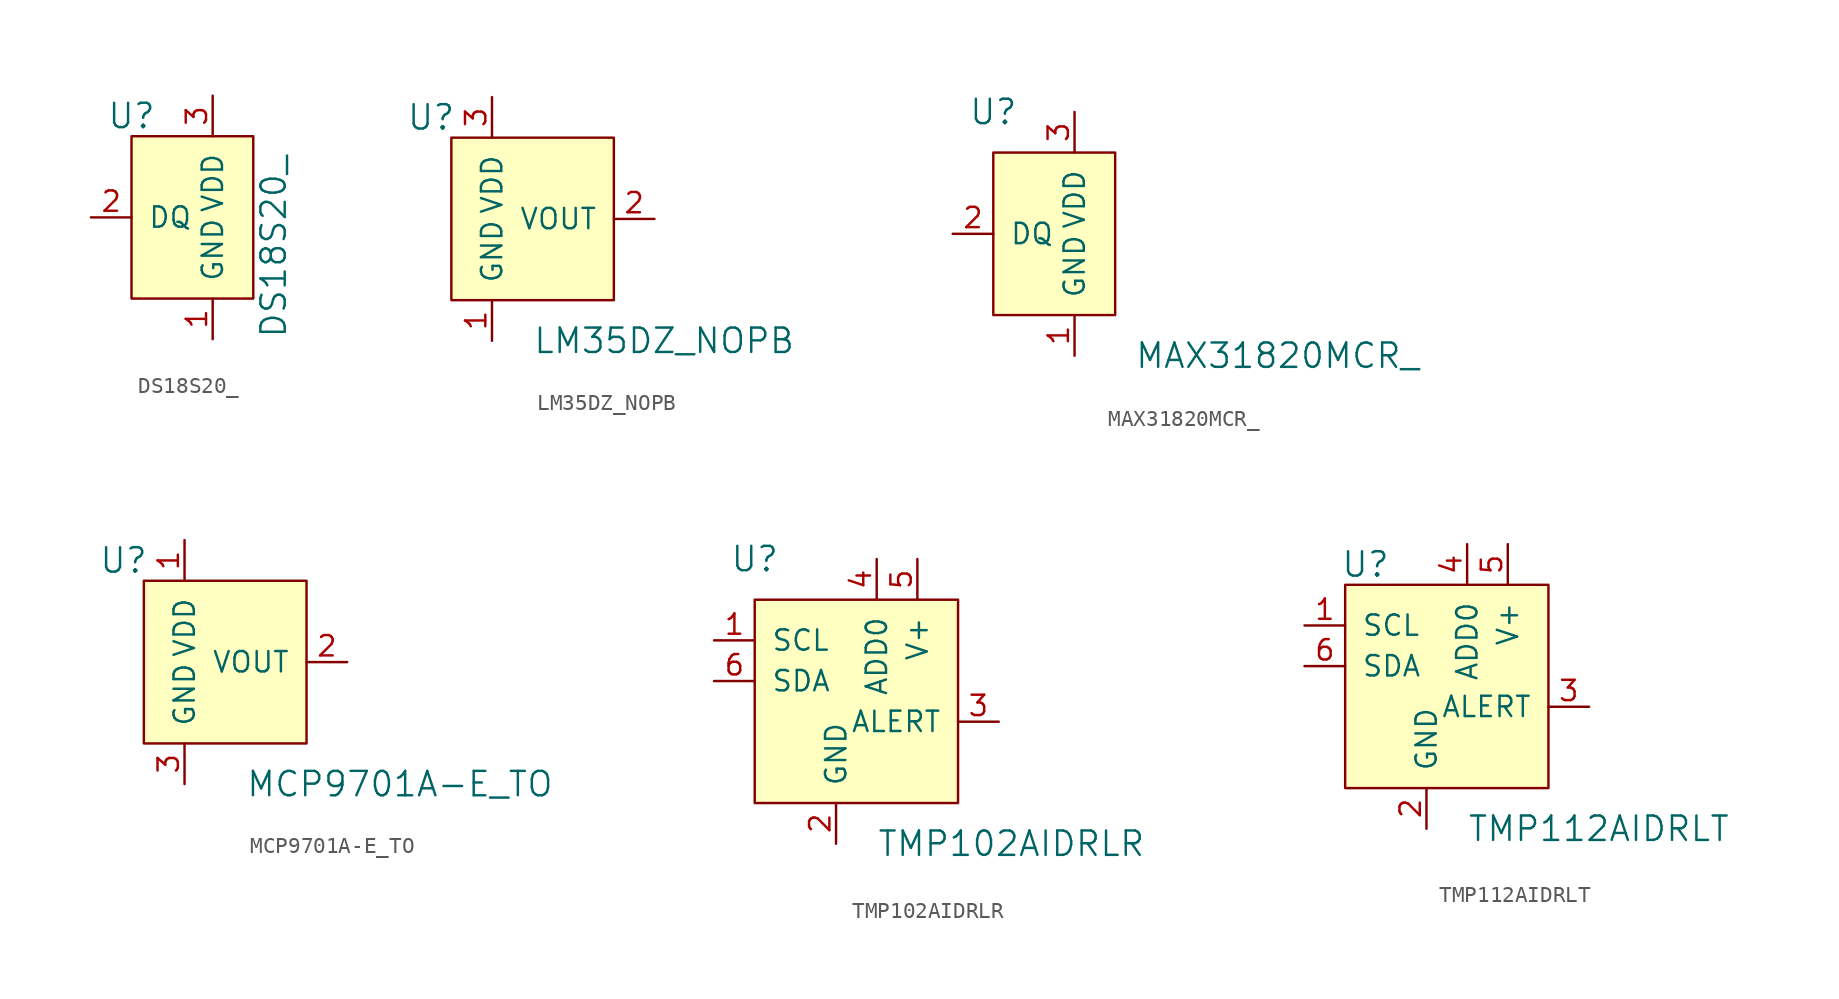
<source format=kicad_sym>
(kicad_symbol_lib
  (version 20220914)
  (generator kicad_symbol_editor)
  (symbol "DS18S20_"
    (pin_names
      (offset 1.016))
    (property "Reference" "U"
      (at -5.08 6.35 0)
      (effects (font (size 1.524 1.524))))
    (property "Value" "DS18S20_"
      (at 3.81 -7.62 90)
      (effects (font (size 1.524 1.524)) (justify left)))
    (symbol "DS18S20__0_1"
      (rectangle (start -5.08 5.08) (end 2.54 -5.08) (stroke (width 0) (type solid)) (fill (type background))))
    (symbol "DS18S20__1_1"
      (pin power_in line (at 0 -7.62 90) (length 2.54) (name "GND" (effects (font (size 1.27 1.27)))) (number "1" (effects (font (size 1.27 1.27)))))
      (pin bidirectional line (at -7.62 0 0) (length 2.54) (name "DQ" (effects (font (size 1.27 1.27)))) (number "2" (effects (font (size 1.27 1.27)))))
      (pin power_in line (at 0 7.62 270) (length 2.54) (name "VDD" (effects (font (size 1.27 1.27)))) (number "3" (effects (font (size 1.27 1.27)))))))
  (symbol "LM35DZ_NOPB"
    (pin_names
      (offset 1.016))
    (property "Reference" "U"
      (at -3.81 6.35 0)
      (effects (font (size 1.524 1.524))))
    (property "Value" "LM35DZ_NOPB"
      (at 2.54 -7.62 0)
      (effects (font (size 1.524 1.524)) (justify left)))
    (symbol "LM35DZ_NOPB_0_1"
      (rectangle (start 7.62 5.08) (end -2.54 -5.08) (stroke (width 0) (type solid)) (fill (type background))))
    (symbol "LM35DZ_NOPB_1_1"
      (pin power_in line (at 0 -7.62 90) (length 2.54) (name "GND" (effects (font (size 1.27 1.27)))) (number "1" (effects (font (size 1.27 1.27)))))
      (pin output line (at 10.16 0 180) (length 2.54) (name "VOUT" (effects (font (size 1.27 1.27)))) (number "2" (effects (font (size 1.27 1.27)))))
      (pin power_in line (at 0 7.62 270) (length 2.54) (name "VDD" (effects (font (size 1.27 1.27)))) (number "3" (effects (font (size 1.27 1.27)))))))
  (symbol "MAX31820MCR_"
    (pin_names
      (offset 1.016))
    (property "Reference" "U"
      (at -5.08 7.62 0)
      (effects (font (size 1.524 1.524))))
    (property "Value" "MAX31820MCR_"
      (at 12.7 -7.62 0)
      (effects (font (size 1.524 1.524))))
    (symbol "MAX31820MCR__0_1"
      (rectangle (start 2.54 5.08) (end -5.08 -5.08) (stroke (width 0) (type solid)) (fill (type background))))
    (symbol "MAX31820MCR__1_1"
      (pin power_in line (at 0 -7.62 90) (length 2.54) (name "GND" (effects (font (size 1.27 1.27)))) (number "1" (effects (font (size 1.27 1.27)))))
      (pin bidirectional line (at -7.62 0 0) (length 2.54) (name "DQ" (effects (font (size 1.27 1.27)))) (number "2" (effects (font (size 1.27 1.27)))))
      (pin power_in line (at 0 7.62 270) (length 2.54) (name "VDD" (effects (font (size 1.27 1.27)))) (number "3" (effects (font (size 1.27 1.27)))))))
  (symbol "MCP9701A-E_TO"
    (pin_names
      (offset 1.016))
    (property "Reference" "U"
      (at -3.81 6.35 0)
      (effects (font (size 1.524 1.524))))
    (property "Value" "MCP9701A-E_TO"
      (at 3.81 -7.62 0)
      (effects (font (size 1.524 1.524)) (justify left)))
    (symbol "MCP9701A-E_TO_0_1"
      (rectangle (start 7.62 5.08) (end -2.54 -5.08) (stroke (width 0) (type solid)) (fill (type background))))
    (symbol "MCP9701A-E_TO_1_1"
      (pin power_in line (at 0 7.62 270) (length 2.54) (name "VDD" (effects (font (size 1.27 1.27)))) (number "1" (effects (font (size 1.27 1.27)))))
      (pin output line (at 10.16 0 180) (length 2.54) (name "VOUT" (effects (font (size 1.27 1.27)))) (number "2" (effects (font (size 1.27 1.27)))))
      (pin power_in line (at 0 -7.62 90) (length 2.54) (name "GND" (effects (font (size 1.27 1.27)))) (number "3" (effects (font (size 1.27 1.27)))))))
  (symbol "TMP102AIDRLR"
    (pin_names
      (offset 1.016))
    (property "Reference" "U"
      (at -7.62 10.16 0)
      (effects (font (size 1.524 1.524))))
    (property "Value" "TMP102AIDRLR"
      (at 0 -7.62 0)
      (effects (font (size 1.524 1.524)) (justify left)))
    (symbol "TMP102AIDRLR_0_1"
      (rectangle (start -7.62 7.62) (end 5.08 -5.08) (stroke (width 0) (type solid)) (fill (type background))))
    (symbol "TMP102AIDRLR_1_1"
      (pin input line (at -10.16 5.08 0) (length 2.54) (name "SCL" (effects (font (size 1.27 1.27)))) (number "1" (effects (font (size 1.27 1.27)))))
      (pin power_in line (at -2.54 -7.62 90) (length 2.54) (name "GND" (effects (font (size 1.27 1.27)))) (number "2" (effects (font (size 1.27 1.27)))))
      (pin output line (at 7.62 0 180) (length 2.54) (name "ALERT" (effects (font (size 1.27 1.27)))) (number "3" (effects (font (size 1.27 1.27)))))
      (pin power_in line (at 0 10.16 270) (length 2.54) (name "ADD0" (effects (font (size 1.27 1.27)))) (number "4" (effects (font (size 1.27 1.27)))))
      (pin power_in line (at 2.54 10.16 270) (length 2.54) (name "V+" (effects (font (size 1.27 1.27)))) (number "5" (effects (font (size 1.27 1.27)))))
      (pin bidirectional line (at -10.16 2.54 0) (length 2.54) (name "SDA" (effects (font (size 1.27 1.27)))) (number "6" (effects (font (size 1.27 1.27)))))))
  (symbol "TMP112AIDRLT"
    (pin_names
      (offset 1.016))
    (property "Reference" "U"
      (at -6.35 8.89 0)
      (effects (font (size 1.524 1.524))))
    (property "Value" "TMP112AIDRLT"
      (at 0 -7.62 0)
      (effects (font (size 1.524 1.524)) (justify left)))
    (symbol "TMP112AIDRLT_0_1"
      (rectangle (start -7.62 7.62) (end 5.08 -5.08) (stroke (width 0) (type solid)) (fill (type background))))
    (symbol "TMP112AIDRLT_1_1"
      (pin input line (at -10.16 5.08 0) (length 2.54) (name "SCL" (effects (font (size 1.27 1.27)))) (number "1" (effects (font (size 1.27 1.27)))))
      (pin power_in line (at -2.54 -7.62 90) (length 2.54) (name "GND" (effects (font (size 1.27 1.27)))) (number "2" (effects (font (size 1.27 1.27)))))
      (pin output line (at 7.62 0 180) (length 2.54) (name "ALERT" (effects (font (size 1.27 1.27)))) (number "3" (effects (font (size 1.27 1.27)))))
      (pin power_in line (at 0 10.16 270) (length 2.54) (name "ADD0" (effects (font (size 1.27 1.27)))) (number "4" (effects (font (size 1.27 1.27)))))
      (pin power_in line (at 2.54 10.16 270) (length 2.54) (name "V+" (effects (font (size 1.27 1.27)))) (number "5" (effects (font (size 1.27 1.27)))))
      (pin bidirectional line (at -10.16 2.54 0) (length 2.54) (name "SDA" (effects (font (size 1.27 1.27)))) (number "6" (effects (font (size 1.27 1.27))))))))
</source>
